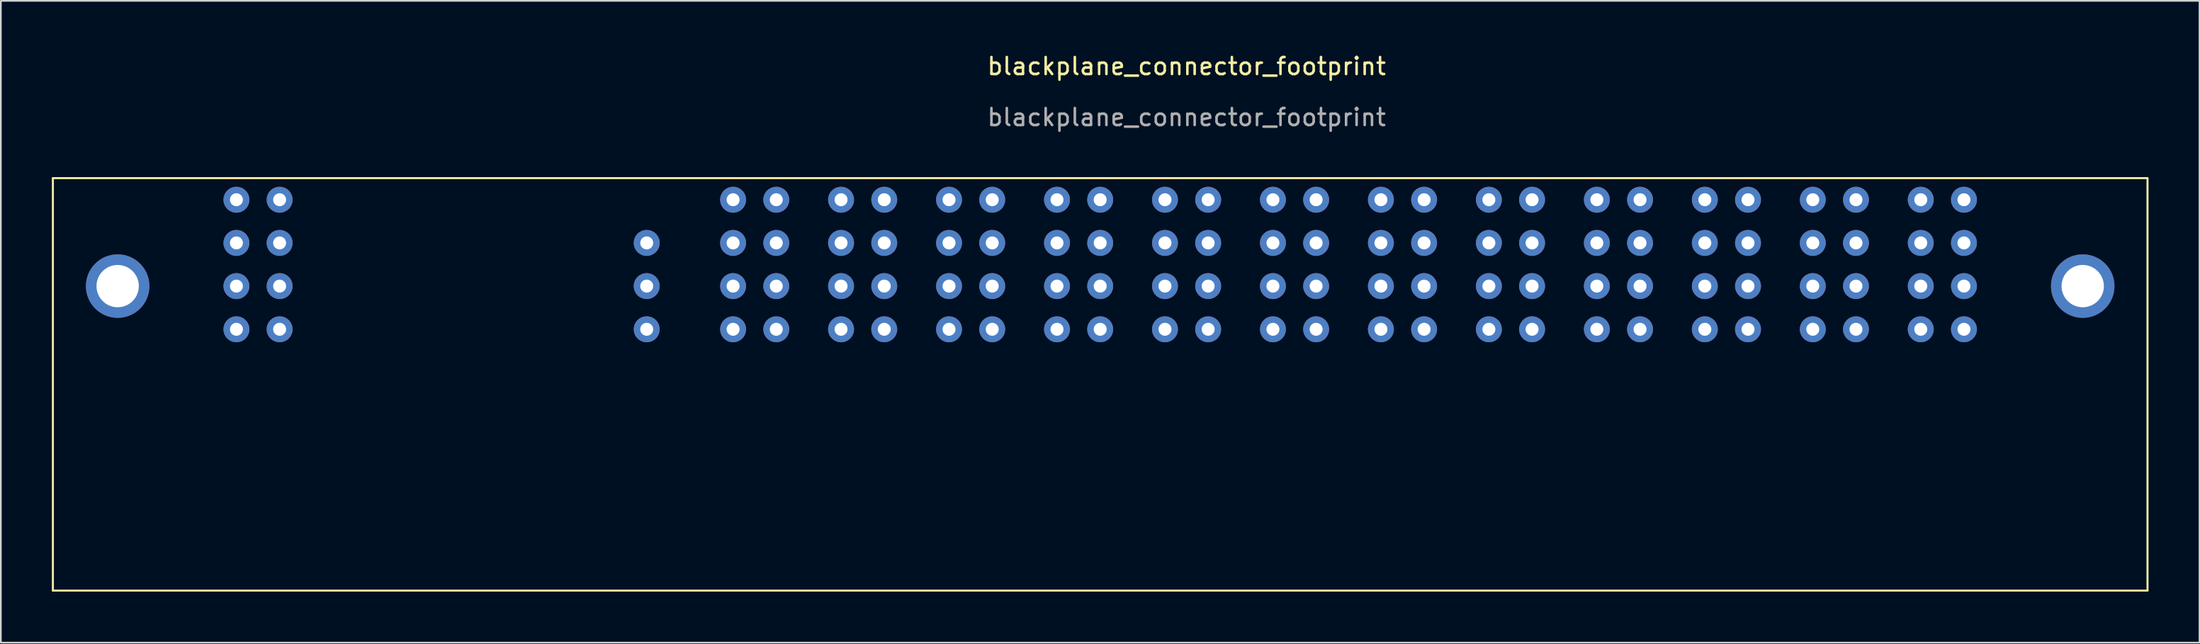
<source format=kicad_pcb>
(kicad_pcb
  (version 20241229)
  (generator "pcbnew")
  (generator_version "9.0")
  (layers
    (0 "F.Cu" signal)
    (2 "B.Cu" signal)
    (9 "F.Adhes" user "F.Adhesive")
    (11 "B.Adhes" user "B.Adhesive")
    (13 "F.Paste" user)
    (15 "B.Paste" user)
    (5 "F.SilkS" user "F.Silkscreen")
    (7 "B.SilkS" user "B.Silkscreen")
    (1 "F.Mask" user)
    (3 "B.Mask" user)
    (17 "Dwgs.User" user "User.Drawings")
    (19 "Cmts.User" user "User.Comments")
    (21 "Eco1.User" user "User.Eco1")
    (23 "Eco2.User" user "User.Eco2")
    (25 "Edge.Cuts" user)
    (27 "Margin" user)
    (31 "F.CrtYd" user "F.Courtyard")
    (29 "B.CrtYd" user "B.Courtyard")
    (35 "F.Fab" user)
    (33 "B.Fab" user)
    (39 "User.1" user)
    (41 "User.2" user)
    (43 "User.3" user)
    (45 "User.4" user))
  (footprint "blackplane_connector_footprint"
    (layer "F.Cu")
    (at 10.855 16.318)
    (property "Reference" "blackplane_connector_footprint" (at 55.88 -15.47 0) (unlocked yes) (layer "F.SilkS") (effects (font (size 1 1) (thickness 0.15))))
    (attr through_hole)
    (fp_line (start -10.795 -8.89) (end 112.395 -8.89) (stroke (width 0.12) (type default)) (layer "F.SilkS"))
    (fp_line (start -10.795 15.37) (end -10.795 -8.89) (stroke (width 0.12) (type default)) (layer "F.SilkS"))
    (fp_line (start 112.395 15.37) (end -10.795 15.37) (stroke (width 0.12) (type default)) (layer "F.SilkS"))
    (fp_line (start 112.395 15.37) (end 112.395 -8.89) (stroke (width 0.12) (type default)) (layer "F.SilkS"))
    (fp_text user "${REFERENCE}" (at 55.88 -12.47 0) (unlocked yes) (layer "F.Fab") (effects (font (size 1 1) (thickness 0.15))))
    (pad "1" thru_hole circle (at 0 -7.62) (size 1.524 1.524) (drill 0.762) (layers "*.Cu" "*.Mask"))
    (pad "1" thru_hole circle (at 0 -5.08) (size 1.524 1.524) (drill 0.762) (layers "*.Cu" "*.Mask"))
    (pad "1" thru_hole circle (at 0 -2.54) (size 1.524 1.524) (drill 0.762) (layers "*.Cu" "*.Mask"))
    (pad "1" thru_hole circle (at 0 0) (size 1.524 1.524) (drill 0.762) (layers "*.Cu" "*.Mask"))
    (pad "1" thru_hole circle (at 2.54 -7.62) (size 1.524 1.524) (drill 0.762) (layers "*.Cu" "*.Mask"))
    (pad "1" thru_hole circle (at 2.54 -5.08) (size 1.524 1.524) (drill 0.762) (layers "*.Cu" "*.Mask"))
    (pad "1" thru_hole circle (at 2.54 -2.54) (size 1.524 1.524) (drill 0.762) (layers "*.Cu" "*.Mask"))
    (pad "1" thru_hole circle (at 2.54 0) (size 1.524 1.524) (drill 0.762) (layers "*.Cu" "*.Mask"))
    (pad "02" thru_hole circle (at 24.13 -5.08) (size 1.524 1.524) (drill 0.762) (layers "*.Cu" "*.Mask"))
    (pad "03" thru_hole circle (at 24.13 -2.54) (size 1.524 1.524) (drill 0.762) (layers "*.Cu" "*.Mask"))
    (pad "04" thru_hole circle (at 24.13 0) (size 1.524 1.524) (drill 0.762) (layers "*.Cu" "*.Mask"))
    (pad "5" thru_hole circle (at 29.21 -7.62) (size 1.524 1.524) (drill 0.762) (layers "*.Cu" "*.Mask"))
    (pad "5" thru_hole circle (at 29.21 -5.08) (size 1.524 1.524) (drill 0.762) (layers "*.Cu" "*.Mask"))
    (pad "5" thru_hole circle (at 29.21 -2.54) (size 1.524 1.524) (drill 0.762) (layers "*.Cu" "*.Mask"))
    (pad "5" thru_hole circle (at 29.21 0) (size 1.524 1.524) (drill 0.762) (layers "*.Cu" "*.Mask"))
    (pad "5" thru_hole circle (at 31.75 -7.62) (size 1.524 1.524) (drill 0.762) (layers "*.Cu" "*.Mask"))
    (pad "5" thru_hole circle (at 31.75 -5.08) (size 1.524 1.524) (drill 0.762) (layers "*.Cu" "*.Mask"))
    (pad "5" thru_hole circle (at 31.75 -2.54) (size 1.524 1.524) (drill 0.762) (layers "*.Cu" "*.Mask"))
    (pad "5" thru_hole circle (at 31.75 0) (size 1.524 1.524) (drill 0.762) (layers "*.Cu" "*.Mask"))
    (pad "6" thru_hole circle (at 35.56 -7.62) (size 1.524 1.524) (drill 0.762) (layers "*.Cu" "*.Mask"))
    (pad "6" thru_hole circle (at 35.56 -5.08) (size 1.524 1.524) (drill 0.762) (layers "*.Cu" "*.Mask"))
    (pad "6" thru_hole circle (at 35.56 -2.54) (size 1.524 1.524) (drill 0.762) (layers "*.Cu" "*.Mask"))
    (pad "6" thru_hole circle (at 35.56 0) (size 1.524 1.524) (drill 0.762) (layers "*.Cu" "*.Mask"))
    (pad "6" thru_hole circle (at 38.1 -7.62) (size 1.524 1.524) (drill 0.762) (layers "*.Cu" "*.Mask"))
    (pad "6" thru_hole circle (at 38.1 -5.08) (size 1.524 1.524) (drill 0.762) (layers "*.Cu" "*.Mask"))
    (pad "6" thru_hole circle (at 38.1 -2.54) (size 1.524 1.524) (drill 0.762) (layers "*.Cu" "*.Mask"))
    (pad "6" thru_hole circle (at 38.1 0) (size 1.524 1.524) (drill 0.762) (layers "*.Cu" "*.Mask"))
    (pad "7" thru_hole circle (at 41.91 -7.62) (size 1.524 1.524) (drill 0.762) (layers "*.Cu" "*.Mask"))
    (pad "7" thru_hole circle (at 41.91 -5.08) (size 1.524 1.524) (drill 0.762) (layers "*.Cu" "*.Mask"))
    (pad "7" thru_hole circle (at 41.91 -2.54) (size 1.524 1.524) (drill 0.762) (layers "*.Cu" "*.Mask"))
    (pad "7" thru_hole circle (at 41.91 0) (size 1.524 1.524) (drill 0.762) (layers "*.Cu" "*.Mask"))
    (pad "7" thru_hole circle (at 44.45 -7.62) (size 1.524 1.524) (drill 0.762) (layers "*.Cu" "*.Mask"))
    (pad "7" thru_hole circle (at 44.45 -5.08) (size 1.524 1.524) (drill 0.762) (layers "*.Cu" "*.Mask"))
    (pad "7" thru_hole circle (at 44.45 -2.54) (size 1.524 1.524) (drill 0.762) (layers "*.Cu" "*.Mask"))
    (pad "7" thru_hole circle (at 44.45 0) (size 1.524 1.524) (drill 0.762) (layers "*.Cu" "*.Mask"))
    (pad "8" thru_hole circle (at 48.26 -7.62) (size 1.524 1.524) (drill 0.762) (layers "*.Cu" "*.Mask" "Eco2.User"))
    (pad "8" thru_hole circle (at 48.26 -5.08) (size 1.524 1.524) (drill 0.762) (layers "*.Cu" "*.Mask" "Eco2.User"))
    (pad "8" thru_hole circle (at 48.26 -2.54) (size 1.524 1.524) (drill 0.762) (layers "*.Cu" "*.Mask" "Eco2.User"))
    (pad "8" thru_hole circle (at 48.26 0) (size 1.524 1.524) (drill 0.762) (layers "*.Cu" "*.Mask" "Eco2.User"))
    (pad "8" thru_hole circle (at 50.8 -7.62) (size 1.524 1.524) (drill 0.762) (layers "*.Cu" "*.Mask" "Eco2.User"))
    (pad "8" thru_hole circle (at 50.8 -5.08) (size 1.524 1.524) (drill 0.762) (layers "*.Cu" "*.Mask" "Eco2.User"))
    (pad "8" thru_hole circle (at 50.8 -2.54) (size 1.524 1.524) (drill 0.762) (layers "*.Cu" "*.Mask" "Eco2.User"))
    (pad "8" thru_hole circle (at 50.8 0) (size 1.524 1.524) (drill 0.762) (layers "*.Cu" "*.Mask" "Eco2.User"))
    (pad "9" thru_hole circle (at 54.61 -7.62) (size 1.524 1.524) (drill 0.762) (layers "*.Cu" "*.Mask"))
    (pad "9" thru_hole circle (at 54.61 -5.08) (size 1.524 1.524) (drill 0.762) (layers "*.Cu" "*.Mask"))
    (pad "9" thru_hole circle (at 54.61 -2.54) (size 1.524 1.524) (drill 0.762) (layers "*.Cu" "*.Mask"))
    (pad "9" thru_hole circle (at 54.61 0) (size 1.524 1.524) (drill 0.762) (layers "*.Cu" "*.Mask"))
    (pad "9" thru_hole circle (at 57.15 -7.62) (size 1.524 1.524) (drill 0.762) (layers "*.Cu" "*.Mask"))
    (pad "9" thru_hole circle (at 57.15 -5.08) (size 1.524 1.524) (drill 0.762) (layers "*.Cu" "*.Mask"))
    (pad "9" thru_hole circle (at 57.15 -2.54) (size 1.524 1.524) (drill 0.762) (layers "*.Cu" "*.Mask"))
    (pad "9" thru_hole circle (at 57.15 0) (size 1.524 1.524) (drill 0.762) (layers "*.Cu" "*.Mask"))
    (pad "10" thru_hole circle (at 60.96 -7.62) (size 1.524 1.524) (drill 0.762) (layers "*.Cu" "*.Mask"))
    (pad "10" thru_hole circle (at 60.96 -5.08) (size 1.524 1.524) (drill 0.762) (layers "*.Cu" "*.Mask"))
    (pad "10" thru_hole circle (at 60.96 -2.54) (size 1.524 1.524) (drill 0.762) (layers "*.Cu" "*.Mask"))
    (pad "10" thru_hole circle (at 60.96 0) (size 1.524 1.524) (drill 0.762) (layers "*.Cu" "*.Mask"))
    (pad "10" thru_hole circle (at 63.5 -7.62) (size 1.524 1.524) (drill 0.762) (layers "*.Cu" "*.Mask"))
    (pad "10" thru_hole circle (at 63.5 -5.08) (size 1.524 1.524) (drill 0.762) (layers "*.Cu" "*.Mask"))
    (pad "10" thru_hole circle (at 63.5 -2.54) (size 1.524 1.524) (drill 0.762) (layers "*.Cu" "*.Mask"))
    (pad "10" thru_hole circle (at 63.5 0) (size 1.524 1.524) (drill 0.762) (layers "*.Cu" "*.Mask"))
    (pad "11" thru_hole circle (at 67.31 -7.62) (size 1.524 1.524) (drill 0.762) (layers "*.Cu" "*.Mask"))
    (pad "11" thru_hole circle (at 67.31 -5.08) (size 1.524 1.524) (drill 0.762) (layers "*.Cu" "*.Mask"))
    (pad "11" thru_hole circle (at 67.31 -2.54) (size 1.524 1.524) (drill 0.762) (layers "*.Cu" "*.Mask"))
    (pad "11" thru_hole circle (at 67.31 0) (size 1.524 1.524) (drill 0.762) (layers "*.Cu" "*.Mask"))
    (pad "11" thru_hole circle (at 69.85 -7.62) (size 1.524 1.524) (drill 0.762) (layers "*.Cu" "*.Mask"))
    (pad "11" thru_hole circle (at 69.85 -5.08) (size 1.524 1.524) (drill 0.762) (layers "*.Cu" "*.Mask"))
    (pad "11" thru_hole circle (at 69.85 -2.54) (size 1.524 1.524) (drill 0.762) (layers "*.Cu" "*.Mask"))
    (pad "11" thru_hole circle (at 69.85 0) (size 1.524 1.524) (drill 0.762) (layers "*.Cu" "*.Mask"))
    (pad "12" thru_hole circle (at 73.66 -7.62) (size 1.524 1.524) (drill 0.762) (layers "*.Cu" "*.Mask"))
    (pad "12" thru_hole circle (at 73.66 -5.08) (size 1.524 1.524) (drill 0.762) (layers "*.Cu" "*.Mask"))
    (pad "12" thru_hole circle (at 73.66 -2.54) (size 1.524 1.524) (drill 0.762) (layers "*.Cu" "*.Mask"))
    (pad "12" thru_hole circle (at 73.66 0) (size 1.524 1.524) (drill 0.762) (layers "*.Cu" "*.Mask"))
    (pad "12" thru_hole circle (at 76.2 -7.62) (size 1.524 1.524) (drill 0.762) (layers "*.Cu" "*.Mask"))
    (pad "12" thru_hole circle (at 76.2 -5.08) (size 1.524 1.524) (drill 0.762) (layers "*.Cu" "*.Mask"))
    (pad "12" thru_hole circle (at 76.2 -2.54) (size 1.524 1.524) (drill 0.762) (layers "*.Cu" "*.Mask"))
    (pad "12" thru_hole circle (at 76.2 0) (size 1.524 1.524) (drill 0.762) (layers "*.Cu" "*.Mask"))
    (pad "13" thru_hole circle (at 80.01 -7.62) (size 1.524 1.524) (drill 0.762) (layers "*.Cu" "*.Mask"))
    (pad "13" thru_hole circle (at 80.01 -5.08) (size 1.524 1.524) (drill 0.762) (layers "*.Cu" "*.Mask"))
    (pad "13" thru_hole circle (at 80.01 -2.54) (size 1.524 1.524) (drill 0.762) (layers "*.Cu" "*.Mask"))
    (pad "13" thru_hole circle (at 80.01 0) (size 1.524 1.524) (drill 0.762) (layers "*.Cu" "*.Mask"))
    (pad "13" thru_hole circle (at 82.55 -7.62) (size 1.524 1.524) (drill 0.762) (layers "*.Cu" "*.Mask"))
    (pad "13" thru_hole circle (at 82.55 -5.08) (size 1.524 1.524) (drill 0.762) (layers "*.Cu" "*.Mask"))
    (pad "13" thru_hole circle (at 82.55 -2.54) (size 1.524 1.524) (drill 0.762) (layers "*.Cu" "*.Mask"))
    (pad "13" thru_hole circle (at 82.55 0) (size 1.524 1.524) (drill 0.762) (layers "*.Cu" "*.Mask"))
    (pad "14" thru_hole circle (at 86.36 -7.62) (size 1.524 1.524) (drill 0.762) (layers "*.Cu" "*.Mask"))
    (pad "14" thru_hole circle (at 86.36 -5.08) (size 1.524 1.524) (drill 0.762) (layers "*.Cu" "*.Mask"))
    (pad "14" thru_hole circle (at 86.36 -2.54) (size 1.524 1.524) (drill 0.762) (layers "*.Cu" "*.Mask"))
    (pad "14" thru_hole circle (at 86.36 0) (size 1.524 1.524) (drill 0.762) (layers "*.Cu" "*.Mask"))
    (pad "14" thru_hole circle (at 88.9 -7.62) (size 1.524 1.524) (drill 0.762) (layers "*.Cu" "*.Mask"))
    (pad "14" thru_hole circle (at 88.9 -5.08) (size 1.524 1.524) (drill 0.762) (layers "*.Cu" "*.Mask"))
    (pad "14" thru_hole circle (at 88.9 -2.54) (size 1.524 1.524) (drill 0.762) (layers "*.Cu" "*.Mask"))
    (pad "14" thru_hole circle (at 88.9 0) (size 1.524 1.524) (drill 0.762) (layers "*.Cu" "*.Mask"))
    (pad "15" thru_hole circle (at 92.71 -7.62) (size 1.524 1.524) (drill 0.762) (layers "*.Cu" "*.Mask"))
    (pad "15" thru_hole circle (at 92.71 -5.08) (size 1.524 1.524) (drill 0.762) (layers "*.Cu" "*.Mask"))
    (pad "15" thru_hole circle (at 92.71 -2.54) (size 1.524 1.524) (drill 0.762) (layers "*.Cu" "*.Mask"))
    (pad "15" thru_hole circle (at 92.71 0) (size 1.524 1.524) (drill 0.762) (layers "*.Cu" "*.Mask"))
    (pad "15" thru_hole circle (at 95.25 -7.62) (size 1.524 1.524) (drill 0.762) (layers "*.Cu" "*.Mask"))
    (pad "15" thru_hole circle (at 95.25 -5.08) (size 1.524 1.524) (drill 0.762) (layers "*.Cu" "*.Mask"))
    (pad "15" thru_hole circle (at 95.25 -2.54) (size 1.524 1.524) (drill 0.762) (layers "*.Cu" "*.Mask"))
    (pad "15" thru_hole circle (at 95.25 0) (size 1.524 1.524) (drill 0.762) (layers "*.Cu" "*.Mask"))
    (pad "16" thru_hole circle (at 99.06 -7.62) (size 1.524 1.524) (drill 0.762) (layers "*.Cu" "*.Mask"))
    (pad "16" thru_hole circle (at 99.06 -5.08) (size 1.524 1.524) (drill 0.762) (layers "*.Cu" "*.Mask"))
    (pad "16" thru_hole circle (at 99.06 -2.54) (size 1.524 1.524) (drill 0.762) (layers "*.Cu" "*.Mask"))
    (pad "16" thru_hole circle (at 99.06 0) (size 1.524 1.524) (drill 0.762) (layers "*.Cu" "*.Mask"))
    (pad "16" thru_hole circle (at 101.6 -7.62) (size 1.524 1.524) (drill 0.762) (layers "*.Cu" "*.Mask"))
    (pad "16" thru_hole circle (at 101.6 -5.08) (size 1.524 1.524) (drill 0.762) (layers "*.Cu" "*.Mask"))
    (pad "16" thru_hole circle (at 101.6 -2.54) (size 1.524 1.524) (drill 0.762) (layers "*.Cu" "*.Mask"))
    (pad "16" thru_hole circle (at 101.6 0) (size 1.524 1.524) (drill 0.762) (layers "*.Cu" "*.Mask"))
    (pad "17" thru_hole circle (at -6.985 -2.54) (size 3.734 3.734) (drill 2.489) (layers "*.Cu" "*.Mask"))
    (pad "18" thru_hole circle (at 108.585 -2.54) (size 3.734 3.734) (drill 2.489) (layers "*.Cu" "*.Mask")))
  (gr_rect
    (start -3 -3)
    (end 126.31 34.748)
    (stroke (width 0.1) (type default))
    (fill no)
    (layer "Edge.Cuts")))
</source>
